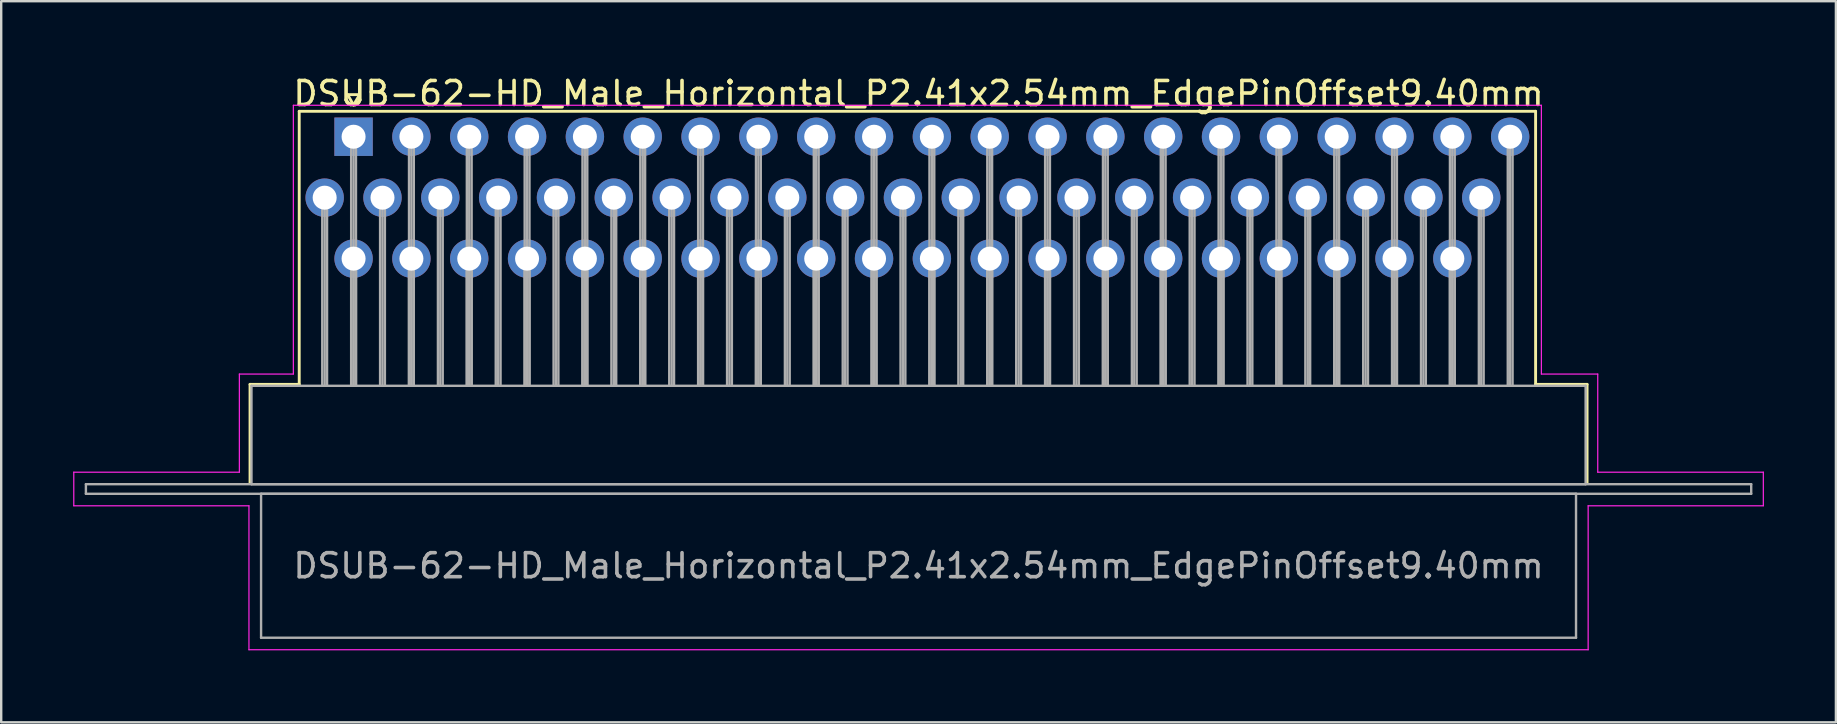
<source format=kicad_pcb>
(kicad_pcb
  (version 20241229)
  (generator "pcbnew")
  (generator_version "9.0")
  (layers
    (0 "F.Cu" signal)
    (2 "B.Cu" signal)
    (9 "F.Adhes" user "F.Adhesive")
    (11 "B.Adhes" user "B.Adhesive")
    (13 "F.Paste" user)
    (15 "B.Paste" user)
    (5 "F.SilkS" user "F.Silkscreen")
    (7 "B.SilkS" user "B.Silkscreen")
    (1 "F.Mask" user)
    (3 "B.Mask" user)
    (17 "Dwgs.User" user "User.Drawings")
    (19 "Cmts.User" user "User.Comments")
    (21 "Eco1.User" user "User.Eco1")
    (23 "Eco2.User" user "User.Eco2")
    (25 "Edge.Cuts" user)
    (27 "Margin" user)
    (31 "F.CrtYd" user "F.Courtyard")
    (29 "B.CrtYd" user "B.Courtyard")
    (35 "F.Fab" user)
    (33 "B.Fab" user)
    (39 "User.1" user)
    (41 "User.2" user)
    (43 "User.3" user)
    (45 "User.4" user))
  (footprint "DSUB-62-HD_Male_Horizontal_P2.41x2.54mm_EdgePinOffset9.40mm"
    (layer "F.Cu")
    (at 11.685 2.648)
    (property "Reference" "DSUB-62-HD_Male_Horizontal_P2.41x2.54mm_EdgePinOffset9.40mm" (at 23.545 -1.8 0) (layer "F.SilkS") (effects (font (size 1 1) (thickness 0.15))))
    (attr through_hole)
    (fp_line (start -4.315 10.32) (end -2.265 10.32) (stroke (width 0.12) (type solid)) (layer "F.SilkS"))
    (fp_line (start -4.315 14.42) (end -4.315 10.32) (stroke (width 0.12) (type solid)) (layer "F.SilkS"))
    (fp_line (start -2.265 -1.06) (end 49.26 -1.06) (stroke (width 0.12) (type solid)) (layer "F.SilkS"))
    (fp_line (start -2.265 10.32) (end -2.265 -1.06) (stroke (width 0.12) (type solid)) (layer "F.SilkS"))
    (fp_line (start -0.25 -1.754) (end 0.25 -1.754) (stroke (width 0.12) (type solid)) (layer "F.SilkS"))
    (fp_line (start 0 -1.321) (end -0.25 -1.754) (stroke (width 0.12) (type solid)) (layer "F.SilkS"))
    (fp_line (start 0.25 -1.754) (end 0 -1.321) (stroke (width 0.12) (type solid)) (layer "F.SilkS"))
    (fp_line (start 49.26 -1.06) (end 49.26 10.32) (stroke (width 0.12) (type solid)) (layer "F.SilkS"))
    (fp_line (start 49.26 10.32) (end 51.405 10.32) (stroke (width 0.12) (type solid)) (layer "F.SilkS"))
    (fp_line (start 51.405 10.32) (end 51.405 14.42) (stroke (width 0.12) (type solid)) (layer "F.SilkS"))
    (fp_line (start -11.66 13.98) (end -4.76 13.98) (stroke (width 0.05) (type solid)) (layer "F.CrtYd"))
    (fp_line (start -11.66 15.38) (end -11.66 13.98) (stroke (width 0.05) (type solid)) (layer "F.CrtYd"))
    (fp_line (start -4.76 9.89) (end -2.51 9.89) (stroke (width 0.05) (type solid)) (layer "F.CrtYd"))
    (fp_line (start -4.76 13.98) (end -4.76 9.89) (stroke (width 0.05) (type solid)) (layer "F.CrtYd"))
    (fp_line (start -4.36 15.38) (end -11.66 15.38) (stroke (width 0.05) (type solid)) (layer "F.CrtYd"))
    (fp_line (start -4.36 21.38) (end -4.36 15.38) (stroke (width 0.05) (type solid)) (layer "F.CrtYd"))
    (fp_line (start -2.51 -1.31) (end 49.5 -1.31) (stroke (width 0.05) (type solid)) (layer "F.CrtYd"))
    (fp_line (start -2.51 9.89) (end -2.51 -1.31) (stroke (width 0.05) (type solid)) (layer "F.CrtYd"))
    (fp_line (start 49.5 -1.31) (end 49.5 9.89) (stroke (width 0.05) (type solid)) (layer "F.CrtYd"))
    (fp_line (start 49.5 9.89) (end 51.85 9.89) (stroke (width 0.05) (type solid)) (layer "F.CrtYd"))
    (fp_line (start 51.45 15.38) (end 51.45 21.38) (stroke (width 0.05) (type solid)) (layer "F.CrtYd"))
    (fp_line (start 51.45 21.38) (end -4.36 21.38) (stroke (width 0.05) (type solid)) (layer "F.CrtYd"))
    (fp_line (start 51.85 9.89) (end 51.85 13.98) (stroke (width 0.05) (type solid)) (layer "F.CrtYd"))
    (fp_line (start 51.85 13.98) (end 58.75 13.98) (stroke (width 0.05) (type solid)) (layer "F.CrtYd"))
    (fp_line (start 58.75 13.98) (end 58.75 15.38) (stroke (width 0.05) (type solid)) (layer "F.CrtYd"))
    (fp_line (start 58.75 15.38) (end 51.45 15.38) (stroke (width 0.05) (type solid)) (layer "F.CrtYd"))
    (fp_line (start -11.155 14.48) (end -11.155 14.88) (stroke (width 0.1) (type solid)) (layer "F.Fab"))
    (fp_line (start -11.155 14.88) (end 58.245 14.88) (stroke (width 0.1) (type solid)) (layer "F.Fab"))
    (fp_line (start -4.255 10.38) (end -4.255 14.48) (stroke (width 0.1) (type solid)) (layer "F.Fab"))
    (fp_line (start -4.255 14.48) (end 51.345 14.48) (stroke (width 0.1) (type solid)) (layer "F.Fab"))
    (fp_line (start -3.855 14.88) (end -3.855 20.88) (stroke (width 0.1) (type solid)) (layer "F.Fab"))
    (fp_line (start -3.855 20.88) (end 50.945 20.88) (stroke (width 0.1) (type solid)) (layer "F.Fab"))
    (fp_line (start -1.305 2.54) (end -1.305 10.38) (stroke (width 0.1) (type solid)) (layer "F.Fab"))
    (fp_line (start -1.205 2.54) (end -1.205 10.38) (stroke (width 0.1) (type solid)) (layer "F.Fab"))
    (fp_line (start -1.105 2.54) (end -1.105 10.38) (stroke (width 0.1) (type solid)) (layer "F.Fab"))
    (fp_line (start -0.1 0) (end -0.1 10.38) (stroke (width 0.1) (type solid)) (layer "F.Fab"))
    (fp_line (start -0.1 5.08) (end -0.1 10.38) (stroke (width 0.1) (type solid)) (layer "F.Fab"))
    (fp_line (start 0 0) (end 0 10.38) (stroke (width 0.1) (type solid)) (layer "F.Fab"))
    (fp_line (start 0 5.08) (end 0 10.38) (stroke (width 0.1) (type solid)) (layer "F.Fab"))
    (fp_line (start 0.1 0) (end 0.1 10.38) (stroke (width 0.1) (type solid)) (layer "F.Fab"))
    (fp_line (start 0.1 5.08) (end 0.1 10.38) (stroke (width 0.1) (type solid)) (layer "F.Fab"))
    (fp_line (start 1.105 2.54) (end 1.105 10.38) (stroke (width 0.1) (type solid)) (layer "F.Fab"))
    (fp_line (start 1.205 2.54) (end 1.205 10.38) (stroke (width 0.1) (type solid)) (layer "F.Fab"))
    (fp_line (start 1.305 2.54) (end 1.305 10.38) (stroke (width 0.1) (type solid)) (layer "F.Fab"))
    (fp_line (start 2.31 0) (end 2.31 10.38) (stroke (width 0.1) (type solid)) (layer "F.Fab"))
    (fp_line (start 2.31 5.08) (end 2.31 10.38) (stroke (width 0.1) (type solid)) (layer "F.Fab"))
    (fp_line (start 2.41 0) (end 2.41 10.38) (stroke (width 0.1) (type solid)) (layer "F.Fab"))
    (fp_line (start 2.41 5.08) (end 2.41 10.38) (stroke (width 0.1) (type solid)) (layer "F.Fab"))
    (fp_line (start 2.51 0) (end 2.51 10.38) (stroke (width 0.1) (type solid)) (layer "F.Fab"))
    (fp_line (start 2.51 5.08) (end 2.51 10.38) (stroke (width 0.1) (type solid)) (layer "F.Fab"))
    (fp_line (start 3.515 2.54) (end 3.515 10.38) (stroke (width 0.1) (type solid)) (layer "F.Fab"))
    (fp_line (start 3.615 2.54) (end 3.615 10.38) (stroke (width 0.1) (type solid)) (layer "F.Fab"))
    (fp_line (start 3.715 2.54) (end 3.715 10.38) (stroke (width 0.1) (type solid)) (layer "F.Fab"))
    (fp_line (start 4.72 0) (end 4.72 10.38) (stroke (width 0.1) (type solid)) (layer "F.Fab"))
    (fp_line (start 4.72 5.08) (end 4.72 10.38) (stroke (width 0.1) (type solid)) (layer "F.Fab"))
    (fp_line (start 4.82 0) (end 4.82 10.38) (stroke (width 0.1) (type solid)) (layer "F.Fab"))
    (fp_line (start 4.82 5.08) (end 4.82 10.38) (stroke (width 0.1) (type solid)) (layer "F.Fab"))
    (fp_line (start 4.92 0) (end 4.92 10.38) (stroke (width 0.1) (type solid)) (layer "F.Fab"))
    (fp_line (start 4.92 5.08) (end 4.92 10.38) (stroke (width 0.1) (type solid)) (layer "F.Fab"))
    (fp_line (start 5.925 2.54) (end 5.925 10.38) (stroke (width 0.1) (type solid)) (layer "F.Fab"))
    (fp_line (start 6.025 2.54) (end 6.025 10.38) (stroke (width 0.1) (type solid)) (layer "F.Fab"))
    (fp_line (start 6.125 2.54) (end 6.125 10.38) (stroke (width 0.1) (type solid)) (layer "F.Fab"))
    (fp_line (start 7.13 0) (end 7.13 10.38) (stroke (width 0.1) (type solid)) (layer "F.Fab"))
    (fp_line (start 7.13 5.08) (end 7.13 10.38) (stroke (width 0.1) (type solid)) (layer "F.Fab"))
    (fp_line (start 7.23 0) (end 7.23 10.38) (stroke (width 0.1) (type solid)) (layer "F.Fab"))
    (fp_line (start 7.23 5.08) (end 7.23 10.38) (stroke (width 0.1) (type solid)) (layer "F.Fab"))
    (fp_line (start 7.33 0) (end 7.33 10.38) (stroke (width 0.1) (type solid)) (layer "F.Fab"))
    (fp_line (start 7.33 5.08) (end 7.33 10.38) (stroke (width 0.1) (type solid)) (layer "F.Fab"))
    (fp_line (start 8.335 2.54) (end 8.335 10.38) (stroke (width 0.1) (type solid)) (layer "F.Fab"))
    (fp_line (start 8.435 2.54) (end 8.435 10.38) (stroke (width 0.1) (type solid)) (layer "F.Fab"))
    (fp_line (start 8.535 2.54) (end 8.535 10.38) (stroke (width 0.1) (type solid)) (layer "F.Fab"))
    (fp_line (start 9.54 0) (end 9.54 10.38) (stroke (width 0.1) (type solid)) (layer "F.Fab"))
    (fp_line (start 9.54 5.08) (end 9.54 10.38) (stroke (width 0.1) (type solid)) (layer "F.Fab"))
    (fp_line (start 9.64 0) (end 9.64 10.38) (stroke (width 0.1) (type solid)) (layer "F.Fab"))
    (fp_line (start 9.64 5.08) (end 9.64 10.38) (stroke (width 0.1) (type solid)) (layer "F.Fab"))
    (fp_line (start 9.74 0) (end 9.74 10.38) (stroke (width 0.1) (type solid)) (layer "F.Fab"))
    (fp_line (start 9.74 5.08) (end 9.74 10.38) (stroke (width 0.1) (type solid)) (layer "F.Fab"))
    (fp_line (start 10.745 2.54) (end 10.745 10.38) (stroke (width 0.1) (type solid)) (layer "F.Fab"))
    (fp_line (start 10.845 2.54) (end 10.845 10.38) (stroke (width 0.1) (type solid)) (layer "F.Fab"))
    (fp_line (start 10.945 2.54) (end 10.945 10.38) (stroke (width 0.1) (type solid)) (layer "F.Fab"))
    (fp_line (start 11.95 0) (end 11.95 10.38) (stroke (width 0.1) (type solid)) (layer "F.Fab"))
    (fp_line (start 11.95 5.08) (end 11.95 10.38) (stroke (width 0.1) (type solid)) (layer "F.Fab"))
    (fp_line (start 12.05 0) (end 12.05 10.38) (stroke (width 0.1) (type solid)) (layer "F.Fab"))
    (fp_line (start 12.05 5.08) (end 12.05 10.38) (stroke (width 0.1) (type solid)) (layer "F.Fab"))
    (fp_line (start 12.15 0) (end 12.15 10.38) (stroke (width 0.1) (type solid)) (layer "F.Fab"))
    (fp_line (start 12.15 5.08) (end 12.15 10.38) (stroke (width 0.1) (type solid)) (layer "F.Fab"))
    (fp_line (start 13.155 2.54) (end 13.155 10.38) (stroke (width 0.1) (type solid)) (layer "F.Fab"))
    (fp_line (start 13.255 2.54) (end 13.255 10.38) (stroke (width 0.1) (type solid)) (layer "F.Fab"))
    (fp_line (start 13.355 2.54) (end 13.355 10.38) (stroke (width 0.1) (type solid)) (layer "F.Fab"))
    (fp_line (start 14.36 0) (end 14.36 10.38) (stroke (width 0.1) (type solid)) (layer "F.Fab"))
    (fp_line (start 14.36 5.08) (end 14.36 10.38) (stroke (width 0.1) (type solid)) (layer "F.Fab"))
    (fp_line (start 14.46 0) (end 14.46 10.38) (stroke (width 0.1) (type solid)) (layer "F.Fab"))
    (fp_line (start 14.46 5.08) (end 14.46 10.38) (stroke (width 0.1) (type solid)) (layer "F.Fab"))
    (fp_line (start 14.56 0) (end 14.56 10.38) (stroke (width 0.1) (type solid)) (layer "F.Fab"))
    (fp_line (start 14.56 5.08) (end 14.56 10.38) (stroke (width 0.1) (type solid)) (layer "F.Fab"))
    (fp_line (start 15.565 2.54) (end 15.565 10.38) (stroke (width 0.1) (type solid)) (layer "F.Fab"))
    (fp_line (start 15.665 2.54) (end 15.665 10.38) (stroke (width 0.1) (type solid)) (layer "F.Fab"))
    (fp_line (start 15.765 2.54) (end 15.765 10.38) (stroke (width 0.1) (type solid)) (layer "F.Fab"))
    (fp_line (start 16.77 0) (end 16.77 10.38) (stroke (width 0.1) (type solid)) (layer "F.Fab"))
    (fp_line (start 16.77 5.08) (end 16.77 10.38) (stroke (width 0.1) (type solid)) (layer "F.Fab"))
    (fp_line (start 16.87 0) (end 16.87 10.38) (stroke (width 0.1) (type solid)) (layer "F.Fab"))
    (fp_line (start 16.87 5.08) (end 16.87 10.38) (stroke (width 0.1) (type solid)) (layer "F.Fab"))
    (fp_line (start 16.97 0) (end 16.97 10.38) (stroke (width 0.1) (type solid)) (layer "F.Fab"))
    (fp_line (start 16.97 5.08) (end 16.97 10.38) (stroke (width 0.1) (type solid)) (layer "F.Fab"))
    (fp_line (start 17.975 2.54) (end 17.975 10.38) (stroke (width 0.1) (type solid)) (layer "F.Fab"))
    (fp_line (start 18.075 2.54) (end 18.075 10.38) (stroke (width 0.1) (type solid)) (layer "F.Fab"))
    (fp_line (start 18.175 2.54) (end 18.175 10.38) (stroke (width 0.1) (type solid)) (layer "F.Fab"))
    (fp_line (start 19.18 0) (end 19.18 10.38) (stroke (width 0.1) (type solid)) (layer "F.Fab"))
    (fp_line (start 19.18 5.08) (end 19.18 10.38) (stroke (width 0.1) (type solid)) (layer "F.Fab"))
    (fp_line (start 19.28 0) (end 19.28 10.38) (stroke (width 0.1) (type solid)) (layer "F.Fab"))
    (fp_line (start 19.28 5.08) (end 19.28 10.38) (stroke (width 0.1) (type solid)) (layer "F.Fab"))
    (fp_line (start 19.38 0) (end 19.38 10.38) (stroke (width 0.1) (type solid)) (layer "F.Fab"))
    (fp_line (start 19.38 5.08) (end 19.38 10.38) (stroke (width 0.1) (type solid)) (layer "F.Fab"))
    (fp_line (start 20.385 2.54) (end 20.385 10.38) (stroke (width 0.1) (type solid)) (layer "F.Fab"))
    (fp_line (start 20.485 2.54) (end 20.485 10.38) (stroke (width 0.1) (type solid)) (layer "F.Fab"))
    (fp_line (start 20.585 2.54) (end 20.585 10.38) (stroke (width 0.1) (type solid)) (layer "F.Fab"))
    (fp_line (start 21.59 0) (end 21.59 10.38) (stroke (width 0.1) (type solid)) (layer "F.Fab"))
    (fp_line (start 21.59 5.08) (end 21.59 10.38) (stroke (width 0.1) (type solid)) (layer "F.Fab"))
    (fp_line (start 21.69 0) (end 21.69 10.38) (stroke (width 0.1) (type solid)) (layer "F.Fab"))
    (fp_line (start 21.69 5.08) (end 21.69 10.38) (stroke (width 0.1) (type solid)) (layer "F.Fab"))
    (fp_line (start 21.79 0) (end 21.79 10.38) (stroke (width 0.1) (type solid)) (layer "F.Fab"))
    (fp_line (start 21.79 5.08) (end 21.79 10.38) (stroke (width 0.1) (type solid)) (layer "F.Fab"))
    (fp_line (start 22.795 2.54) (end 22.795 10.38) (stroke (width 0.1) (type solid)) (layer "F.Fab"))
    (fp_line (start 22.895 2.54) (end 22.895 10.38) (stroke (width 0.1) (type solid)) (layer "F.Fab"))
    (fp_line (start 22.995 2.54) (end 22.995 10.38) (stroke (width 0.1) (type solid)) (layer "F.Fab"))
    (fp_line (start 24 0) (end 24 10.38) (stroke (width 0.1) (type solid)) (layer "F.Fab"))
    (fp_line (start 24 5.08) (end 24 10.38) (stroke (width 0.1) (type solid)) (layer "F.Fab"))
    (fp_line (start 24.1 0) (end 24.1 10.38) (stroke (width 0.1) (type solid)) (layer "F.Fab"))
    (fp_line (start 24.1 5.08) (end 24.1 10.38) (stroke (width 0.1) (type solid)) (layer "F.Fab"))
    (fp_line (start 24.2 0) (end 24.2 10.38) (stroke (width 0.1) (type solid)) (layer "F.Fab"))
    (fp_line (start 24.2 5.08) (end 24.2 10.38) (stroke (width 0.1) (type solid)) (layer "F.Fab"))
    (fp_line (start 25.205 2.54) (end 25.205 10.38) (stroke (width 0.1) (type solid)) (layer "F.Fab"))
    (fp_line (start 25.305 2.54) (end 25.305 10.38) (stroke (width 0.1) (type solid)) (layer "F.Fab"))
    (fp_line (start 25.405 2.54) (end 25.405 10.38) (stroke (width 0.1) (type solid)) (layer "F.Fab"))
    (fp_line (start 26.41 0) (end 26.41 10.38) (stroke (width 0.1) (type solid)) (layer "F.Fab"))
    (fp_line (start 26.41 5.08) (end 26.41 10.38) (stroke (width 0.1) (type solid)) (layer "F.Fab"))
    (fp_line (start 26.51 0) (end 26.51 10.38) (stroke (width 0.1) (type solid)) (layer "F.Fab"))
    (fp_line (start 26.51 5.08) (end 26.51 10.38) (stroke (width 0.1) (type solid)) (layer "F.Fab"))
    (fp_line (start 26.61 0) (end 26.61 10.38) (stroke (width 0.1) (type solid)) (layer "F.Fab"))
    (fp_line (start 26.61 5.08) (end 26.61 10.38) (stroke (width 0.1) (type solid)) (layer "F.Fab"))
    (fp_line (start 27.615 2.54) (end 27.615 10.38) (stroke (width 0.1) (type solid)) (layer "F.Fab"))
    (fp_line (start 27.715 2.54) (end 27.715 10.38) (stroke (width 0.1) (type solid)) (layer "F.Fab"))
    (fp_line (start 27.815 2.54) (end 27.815 10.38) (stroke (width 0.1) (type solid)) (layer "F.Fab"))
    (fp_line (start 28.82 0) (end 28.82 10.38) (stroke (width 0.1) (type solid)) (layer "F.Fab"))
    (fp_line (start 28.82 5.08) (end 28.82 10.38) (stroke (width 0.1) (type solid)) (layer "F.Fab"))
    (fp_line (start 28.92 0) (end 28.92 10.38) (stroke (width 0.1) (type solid)) (layer "F.Fab"))
    (fp_line (start 28.92 5.08) (end 28.92 10.38) (stroke (width 0.1) (type solid)) (layer "F.Fab"))
    (fp_line (start 29.02 0) (end 29.02 10.38) (stroke (width 0.1) (type solid)) (layer "F.Fab"))
    (fp_line (start 29.02 5.08) (end 29.02 10.38) (stroke (width 0.1) (type solid)) (layer "F.Fab"))
    (fp_line (start 30.025 2.54) (end 30.025 10.38) (stroke (width 0.1) (type solid)) (layer "F.Fab"))
    (fp_line (start 30.125 2.54) (end 30.125 10.38) (stroke (width 0.1) (type solid)) (layer "F.Fab"))
    (fp_line (start 30.225 2.54) (end 30.225 10.38) (stroke (width 0.1) (type solid)) (layer "F.Fab"))
    (fp_line (start 31.23 0) (end 31.23 10.38) (stroke (width 0.1) (type solid)) (layer "F.Fab"))
    (fp_line (start 31.23 5.08) (end 31.23 10.38) (stroke (width 0.1) (type solid)) (layer "F.Fab"))
    (fp_line (start 31.33 0) (end 31.33 10.38) (stroke (width 0.1) (type solid)) (layer "F.Fab"))
    (fp_line (start 31.33 5.08) (end 31.33 10.38) (stroke (width 0.1) (type solid)) (layer "F.Fab"))
    (fp_line (start 31.43 0) (end 31.43 10.38) (stroke (width 0.1) (type solid)) (layer "F.Fab"))
    (fp_line (start 31.43 5.08) (end 31.43 10.38) (stroke (width 0.1) (type solid)) (layer "F.Fab"))
    (fp_line (start 32.435 2.54) (end 32.435 10.38) (stroke (width 0.1) (type solid)) (layer "F.Fab"))
    (fp_line (start 32.535 2.54) (end 32.535 10.38) (stroke (width 0.1) (type solid)) (layer "F.Fab"))
    (fp_line (start 32.635 2.54) (end 32.635 10.38) (stroke (width 0.1) (type solid)) (layer "F.Fab"))
    (fp_line (start 33.64 0) (end 33.64 10.38) (stroke (width 0.1) (type solid)) (layer "F.Fab"))
    (fp_line (start 33.64 5.08) (end 33.64 10.38) (stroke (width 0.1) (type solid)) (layer "F.Fab"))
    (fp_line (start 33.74 0) (end 33.74 10.38) (stroke (width 0.1) (type solid)) (layer "F.Fab"))
    (fp_line (start 33.74 5.08) (end 33.74 10.38) (stroke (width 0.1) (type solid)) (layer "F.Fab"))
    (fp_line (start 33.84 0) (end 33.84 10.38) (stroke (width 0.1) (type solid)) (layer "F.Fab"))
    (fp_line (start 33.84 5.08) (end 33.84 10.38) (stroke (width 0.1) (type solid)) (layer "F.Fab"))
    (fp_line (start 34.845 2.54) (end 34.845 10.38) (stroke (width 0.1) (type solid)) (layer "F.Fab"))
    (fp_line (start 34.945 2.54) (end 34.945 10.38) (stroke (width 0.1) (type solid)) (layer "F.Fab"))
    (fp_line (start 35.045 2.54) (end 35.045 10.38) (stroke (width 0.1) (type solid)) (layer "F.Fab"))
    (fp_line (start 36.05 0) (end 36.05 10.38) (stroke (width 0.1) (type solid)) (layer "F.Fab"))
    (fp_line (start 36.05 5.08) (end 36.05 10.38) (stroke (width 0.1) (type solid)) (layer "F.Fab"))
    (fp_line (start 36.15 0) (end 36.15 10.38) (stroke (width 0.1) (type solid)) (layer "F.Fab"))
    (fp_line (start 36.15 5.08) (end 36.15 10.38) (stroke (width 0.1) (type solid)) (layer "F.Fab"))
    (fp_line (start 36.25 0) (end 36.25 10.38) (stroke (width 0.1) (type solid)) (layer "F.Fab"))
    (fp_line (start 36.25 5.08) (end 36.25 10.38) (stroke (width 0.1) (type solid)) (layer "F.Fab"))
    (fp_line (start 37.255 2.54) (end 37.255 10.38) (stroke (width 0.1) (type solid)) (layer "F.Fab"))
    (fp_line (start 37.355 2.54) (end 37.355 10.38) (stroke (width 0.1) (type solid)) (layer "F.Fab"))
    (fp_line (start 37.455 2.54) (end 37.455 10.38) (stroke (width 0.1) (type solid)) (layer "F.Fab"))
    (fp_line (start 38.46 0) (end 38.46 10.38) (stroke (width 0.1) (type solid)) (layer "F.Fab"))
    (fp_line (start 38.46 5.08) (end 38.46 10.38) (stroke (width 0.1) (type solid)) (layer "F.Fab"))
    (fp_line (start 38.56 0) (end 38.56 10.38) (stroke (width 0.1) (type solid)) (layer "F.Fab"))
    (fp_line (start 38.56 5.08) (end 38.56 10.38) (stroke (width 0.1) (type solid)) (layer "F.Fab"))
    (fp_line (start 38.66 0) (end 38.66 10.38) (stroke (width 0.1) (type solid)) (layer "F.Fab"))
    (fp_line (start 38.66 5.08) (end 38.66 10.38) (stroke (width 0.1) (type solid)) (layer "F.Fab"))
    (fp_line (start 39.665 2.54) (end 39.665 10.38) (stroke (width 0.1) (type solid)) (layer "F.Fab"))
    (fp_line (start 39.765 2.54) (end 39.765 10.38) (stroke (width 0.1) (type solid)) (layer "F.Fab"))
    (fp_line (start 39.865 2.54) (end 39.865 10.38) (stroke (width 0.1) (type solid)) (layer "F.Fab"))
    (fp_line (start 40.87 0) (end 40.87 10.38) (stroke (width 0.1) (type solid)) (layer "F.Fab"))
    (fp_line (start 40.87 5.08) (end 40.87 10.38) (stroke (width 0.1) (type solid)) (layer "F.Fab"))
    (fp_line (start 40.97 0) (end 40.97 10.38) (stroke (width 0.1) (type solid)) (layer "F.Fab"))
    (fp_line (start 40.97 5.08) (end 40.97 10.38) (stroke (width 0.1) (type solid)) (layer "F.Fab"))
    (fp_line (start 41.07 0) (end 41.07 10.38) (stroke (width 0.1) (type solid)) (layer "F.Fab"))
    (fp_line (start 41.07 5.08) (end 41.07 10.38) (stroke (width 0.1) (type solid)) (layer "F.Fab"))
    (fp_line (start 42.075 2.54) (end 42.075 10.38) (stroke (width 0.1) (type solid)) (layer "F.Fab"))
    (fp_line (start 42.175 2.54) (end 42.175 10.38) (stroke (width 0.1) (type solid)) (layer "F.Fab"))
    (fp_line (start 42.275 2.54) (end 42.275 10.38) (stroke (width 0.1) (type solid)) (layer "F.Fab"))
    (fp_line (start 43.28 0) (end 43.28 10.38) (stroke (width 0.1) (type solid)) (layer "F.Fab"))
    (fp_line (start 43.28 5.08) (end 43.28 10.38) (stroke (width 0.1) (type solid)) (layer "F.Fab"))
    (fp_line (start 43.38 0) (end 43.38 10.38) (stroke (width 0.1) (type solid)) (layer "F.Fab"))
    (fp_line (start 43.38 5.08) (end 43.38 10.38) (stroke (width 0.1) (type solid)) (layer "F.Fab"))
    (fp_line (start 43.48 0) (end 43.48 10.38) (stroke (width 0.1) (type solid)) (layer "F.Fab"))
    (fp_line (start 43.48 5.08) (end 43.48 10.38) (stroke (width 0.1) (type solid)) (layer "F.Fab"))
    (fp_line (start 44.485 2.54) (end 44.485 10.38) (stroke (width 0.1) (type solid)) (layer "F.Fab"))
    (fp_line (start 44.585 2.54) (end 44.585 10.38) (stroke (width 0.1) (type solid)) (layer "F.Fab"))
    (fp_line (start 44.685 2.54) (end 44.685 10.38) (stroke (width 0.1) (type solid)) (layer "F.Fab"))
    (fp_line (start 45.69 0) (end 45.69 10.38) (stroke (width 0.1) (type solid)) (layer "F.Fab"))
    (fp_line (start 45.69 5.08) (end 45.69 10.38) (stroke (width 0.1) (type solid)) (layer "F.Fab"))
    (fp_line (start 45.79 0) (end 45.79 10.38) (stroke (width 0.1) (type solid)) (layer "F.Fab"))
    (fp_line (start 45.79 5.08) (end 45.79 10.38) (stroke (width 0.1) (type solid)) (layer "F.Fab"))
    (fp_line (start 45.89 0) (end 45.89 10.38) (stroke (width 0.1) (type solid)) (layer "F.Fab"))
    (fp_line (start 45.89 5.08) (end 45.89 10.38) (stroke (width 0.1) (type solid)) (layer "F.Fab"))
    (fp_line (start 46.895 2.54) (end 46.895 10.38) (stroke (width 0.1) (type solid)) (layer "F.Fab"))
    (fp_line (start 46.995 2.54) (end 46.995 10.38) (stroke (width 0.1) (type solid)) (layer "F.Fab"))
    (fp_line (start 47.095 2.54) (end 47.095 10.38) (stroke (width 0.1) (type solid)) (layer "F.Fab"))
    (fp_line (start 48.1 0) (end 48.1 10.38) (stroke (width 0.1) (type solid)) (layer "F.Fab"))
    (fp_line (start 48.2 0) (end 48.2 10.38) (stroke (width 0.1) (type solid)) (layer "F.Fab"))
    (fp_line (start 48.3 0) (end 48.3 10.38) (stroke (width 0.1) (type solid)) (layer "F.Fab"))
    (fp_line (start 50.945 14.88) (end -3.855 14.88) (stroke (width 0.1) (type solid)) (layer "F.Fab"))
    (fp_line (start 50.945 20.88) (end 50.945 14.88) (stroke (width 0.1) (type solid)) (layer "F.Fab"))
    (fp_line (start 51.345 10.38) (end -4.255 10.38) (stroke (width 0.1) (type solid)) (layer "F.Fab"))
    (fp_line (start 51.345 14.48) (end 51.345 10.38) (stroke (width 0.1) (type solid)) (layer "F.Fab"))
    (fp_line (start 58.245 14.48) (end -11.155 14.48) (stroke (width 0.1) (type solid)) (layer "F.Fab"))
    (fp_line (start 58.245 14.88) (end 58.245 14.48) (stroke (width 0.1) (type solid)) (layer "F.Fab"))
    (fp_text user "${REFERENCE}" (at 23.545 17.88 0) (layer "F.Fab") (effects (font (size 1 1) (thickness 0.15))))
    (pad "1" thru_hole rect (at 0 0) (size 1.6 1.6) (drill 1) (layers "*.Cu" "*.Mask"))
    (pad "2" thru_hole circle (at 2.41 0) (size 1.6 1.6) (drill 1) (layers "*.Cu" "*.Mask"))
    (pad "3" thru_hole circle (at 4.82 0) (size 1.6 1.6) (drill 1) (layers "*.Cu" "*.Mask"))
    (pad "4" thru_hole circle (at 7.23 0) (size 1.6 1.6) (drill 1) (layers "*.Cu" "*.Mask"))
    (pad "5" thru_hole circle (at 9.64 0) (size 1.6 1.6) (drill 1) (layers "*.Cu" "*.Mask"))
    (pad "6" thru_hole circle (at 12.05 0) (size 1.6 1.6) (drill 1) (layers "*.Cu" "*.Mask"))
    (pad "7" thru_hole circle (at 14.46 0) (size 1.6 1.6) (drill 1) (layers "*.Cu" "*.Mask"))
    (pad "8" thru_hole circle (at 16.87 0) (size 1.6 1.6) (drill 1) (layers "*.Cu" "*.Mask"))
    (pad "9" thru_hole circle (at 19.28 0) (size 1.6 1.6) (drill 1) (layers "*.Cu" "*.Mask"))
    (pad "10" thru_hole circle (at 21.69 0) (size 1.6 1.6) (drill 1) (layers "*.Cu" "*.Mask"))
    (pad "11" thru_hole circle (at 24.1 0) (size 1.6 1.6) (drill 1) (layers "*.Cu" "*.Mask"))
    (pad "12" thru_hole circle (at 26.51 0) (size 1.6 1.6) (drill 1) (layers "*.Cu" "*.Mask"))
    (pad "13" thru_hole circle (at 28.92 0) (size 1.6 1.6) (drill 1) (layers "*.Cu" "*.Mask"))
    (pad "14" thru_hole circle (at 31.33 0) (size 1.6 1.6) (drill 1) (layers "*.Cu" "*.Mask"))
    (pad "15" thru_hole circle (at 33.74 0) (size 1.6 1.6) (drill 1) (layers "*.Cu" "*.Mask"))
    (pad "16" thru_hole circle (at 36.15 0) (size 1.6 1.6) (drill 1) (layers "*.Cu" "*.Mask"))
    (pad "17" thru_hole circle (at 38.56 0) (size 1.6 1.6) (drill 1) (layers "*.Cu" "*.Mask"))
    (pad "18" thru_hole circle (at 40.97 0) (size 1.6 1.6) (drill 1) (layers "*.Cu" "*.Mask"))
    (pad "19" thru_hole circle (at 43.38 0) (size 1.6 1.6) (drill 1) (layers "*.Cu" "*.Mask"))
    (pad "20" thru_hole circle (at 45.79 0) (size 1.6 1.6) (drill 1) (layers "*.Cu" "*.Mask"))
    (pad "21" thru_hole circle (at 48.2 0) (size 1.6 1.6) (drill 1) (layers "*.Cu" "*.Mask"))
    (pad "22" thru_hole circle (at -1.205 2.54) (size 1.6 1.6) (drill 1) (layers "*.Cu" "*.Mask"))
    (pad "23" thru_hole circle (at 1.205 2.54) (size 1.6 1.6) (drill 1) (layers "*.Cu" "*.Mask"))
    (pad "24" thru_hole circle (at 3.615 2.54) (size 1.6 1.6) (drill 1) (layers "*.Cu" "*.Mask"))
    (pad "25" thru_hole circle (at 6.025 2.54) (size 1.6 1.6) (drill 1) (layers "*.Cu" "*.Mask"))
    (pad "26" thru_hole circle (at 8.435 2.54) (size 1.6 1.6) (drill 1) (layers "*.Cu" "*.Mask"))
    (pad "27" thru_hole circle (at 10.845 2.54) (size 1.6 1.6) (drill 1) (layers "*.Cu" "*.Mask"))
    (pad "28" thru_hole circle (at 13.255 2.54) (size 1.6 1.6) (drill 1) (layers "*.Cu" "*.Mask"))
    (pad "29" thru_hole circle (at 15.665 2.54) (size 1.6 1.6) (drill 1) (layers "*.Cu" "*.Mask"))
    (pad "30" thru_hole circle (at 18.075 2.54) (size 1.6 1.6) (drill 1) (layers "*.Cu" "*.Mask"))
    (pad "31" thru_hole circle (at 20.485 2.54) (size 1.6 1.6) (drill 1) (layers "*.Cu" "*.Mask"))
    (pad "32" thru_hole circle (at 22.895 2.54) (size 1.6 1.6) (drill 1) (layers "*.Cu" "*.Mask"))
    (pad "33" thru_hole circle (at 25.305 2.54) (size 1.6 1.6) (drill 1) (layers "*.Cu" "*.Mask"))
    (pad "34" thru_hole circle (at 27.715 2.54) (size 1.6 1.6) (drill 1) (layers "*.Cu" "*.Mask"))
    (pad "35" thru_hole circle (at 30.125 2.54) (size 1.6 1.6) (drill 1) (layers "*.Cu" "*.Mask"))
    (pad "36" thru_hole circle (at 32.535 2.54) (size 1.6 1.6) (drill 1) (layers "*.Cu" "*.Mask"))
    (pad "37" thru_hole circle (at 34.945 2.54) (size 1.6 1.6) (drill 1) (layers "*.Cu" "*.Mask"))
    (pad "38" thru_hole circle (at 37.355 2.54) (size 1.6 1.6) (drill 1) (layers "*.Cu" "*.Mask"))
    (pad "39" thru_hole circle (at 39.765 2.54) (size 1.6 1.6) (drill 1) (layers "*.Cu" "*.Mask"))
    (pad "40" thru_hole circle (at 42.175 2.54) (size 1.6 1.6) (drill 1) (layers "*.Cu" "*.Mask"))
    (pad "41" thru_hole circle (at 44.585 2.54) (size 1.6 1.6) (drill 1) (layers "*.Cu" "*.Mask"))
    (pad "42" thru_hole circle (at 46.995 2.54) (size 1.6 1.6) (drill 1) (layers "*.Cu" "*.Mask"))
    (pad "43" thru_hole circle (at 0 5.08) (size 1.6 1.6) (drill 1) (layers "*.Cu" "*.Mask"))
    (pad "44" thru_hole circle (at 2.41 5.08) (size 1.6 1.6) (drill 1) (layers "*.Cu" "*.Mask"))
    (pad "45" thru_hole circle (at 4.82 5.08) (size 1.6 1.6) (drill 1) (layers "*.Cu" "*.Mask"))
    (pad "46" thru_hole circle (at 7.23 5.08) (size 1.6 1.6) (drill 1) (layers "*.Cu" "*.Mask"))
    (pad "47" thru_hole circle (at 9.64 5.08) (size 1.6 1.6) (drill 1) (layers "*.Cu" "*.Mask"))
    (pad "48" thru_hole circle (at 12.05 5.08) (size 1.6 1.6) (drill 1) (layers "*.Cu" "*.Mask"))
    (pad "49" thru_hole circle (at 14.46 5.08) (size 1.6 1.6) (drill 1) (layers "*.Cu" "*.Mask"))
    (pad "50" thru_hole circle (at 16.87 5.08) (size 1.6 1.6) (drill 1) (layers "*.Cu" "*.Mask"))
    (pad "51" thru_hole circle (at 19.28 5.08) (size 1.6 1.6) (drill 1) (layers "*.Cu" "*.Mask"))
    (pad "52" thru_hole circle (at 21.69 5.08) (size 1.6 1.6) (drill 1) (layers "*.Cu" "*.Mask"))
    (pad "53" thru_hole circle (at 24.1 5.08) (size 1.6 1.6) (drill 1) (layers "*.Cu" "*.Mask"))
    (pad "54" thru_hole circle (at 26.51 5.08) (size 1.6 1.6) (drill 1) (layers "*.Cu" "*.Mask"))
    (pad "55" thru_hole circle (at 28.92 5.08) (size 1.6 1.6) (drill 1) (layers "*.Cu" "*.Mask"))
    (pad "56" thru_hole circle (at 31.33 5.08) (size 1.6 1.6) (drill 1) (layers "*.Cu" "*.Mask"))
    (pad "57" thru_hole circle (at 33.74 5.08) (size 1.6 1.6) (drill 1) (layers "*.Cu" "*.Mask"))
    (pad "58" thru_hole circle (at 36.15 5.08) (size 1.6 1.6) (drill 1) (layers "*.Cu" "*.Mask"))
    (pad "59" thru_hole circle (at 38.56 5.08) (size 1.6 1.6) (drill 1) (layers "*.Cu" "*.Mask"))
    (pad "60" thru_hole circle (at 40.97 5.08) (size 1.6 1.6) (drill 1) (layers "*.Cu" "*.Mask"))
    (pad "61" thru_hole circle (at 43.38 5.08) (size 1.6 1.6) (drill 1) (layers "*.Cu" "*.Mask"))
    (pad "62" thru_hole circle (at 45.79 5.08) (size 1.6 1.6) (drill 1) (layers "*.Cu" "*.Mask")))
  (gr_rect
    (start -3 -3)
    (end 73.46 27.053)
    (stroke (width 0.1) (type default))
    (fill no)
    (layer "Edge.Cuts")))
</source>
